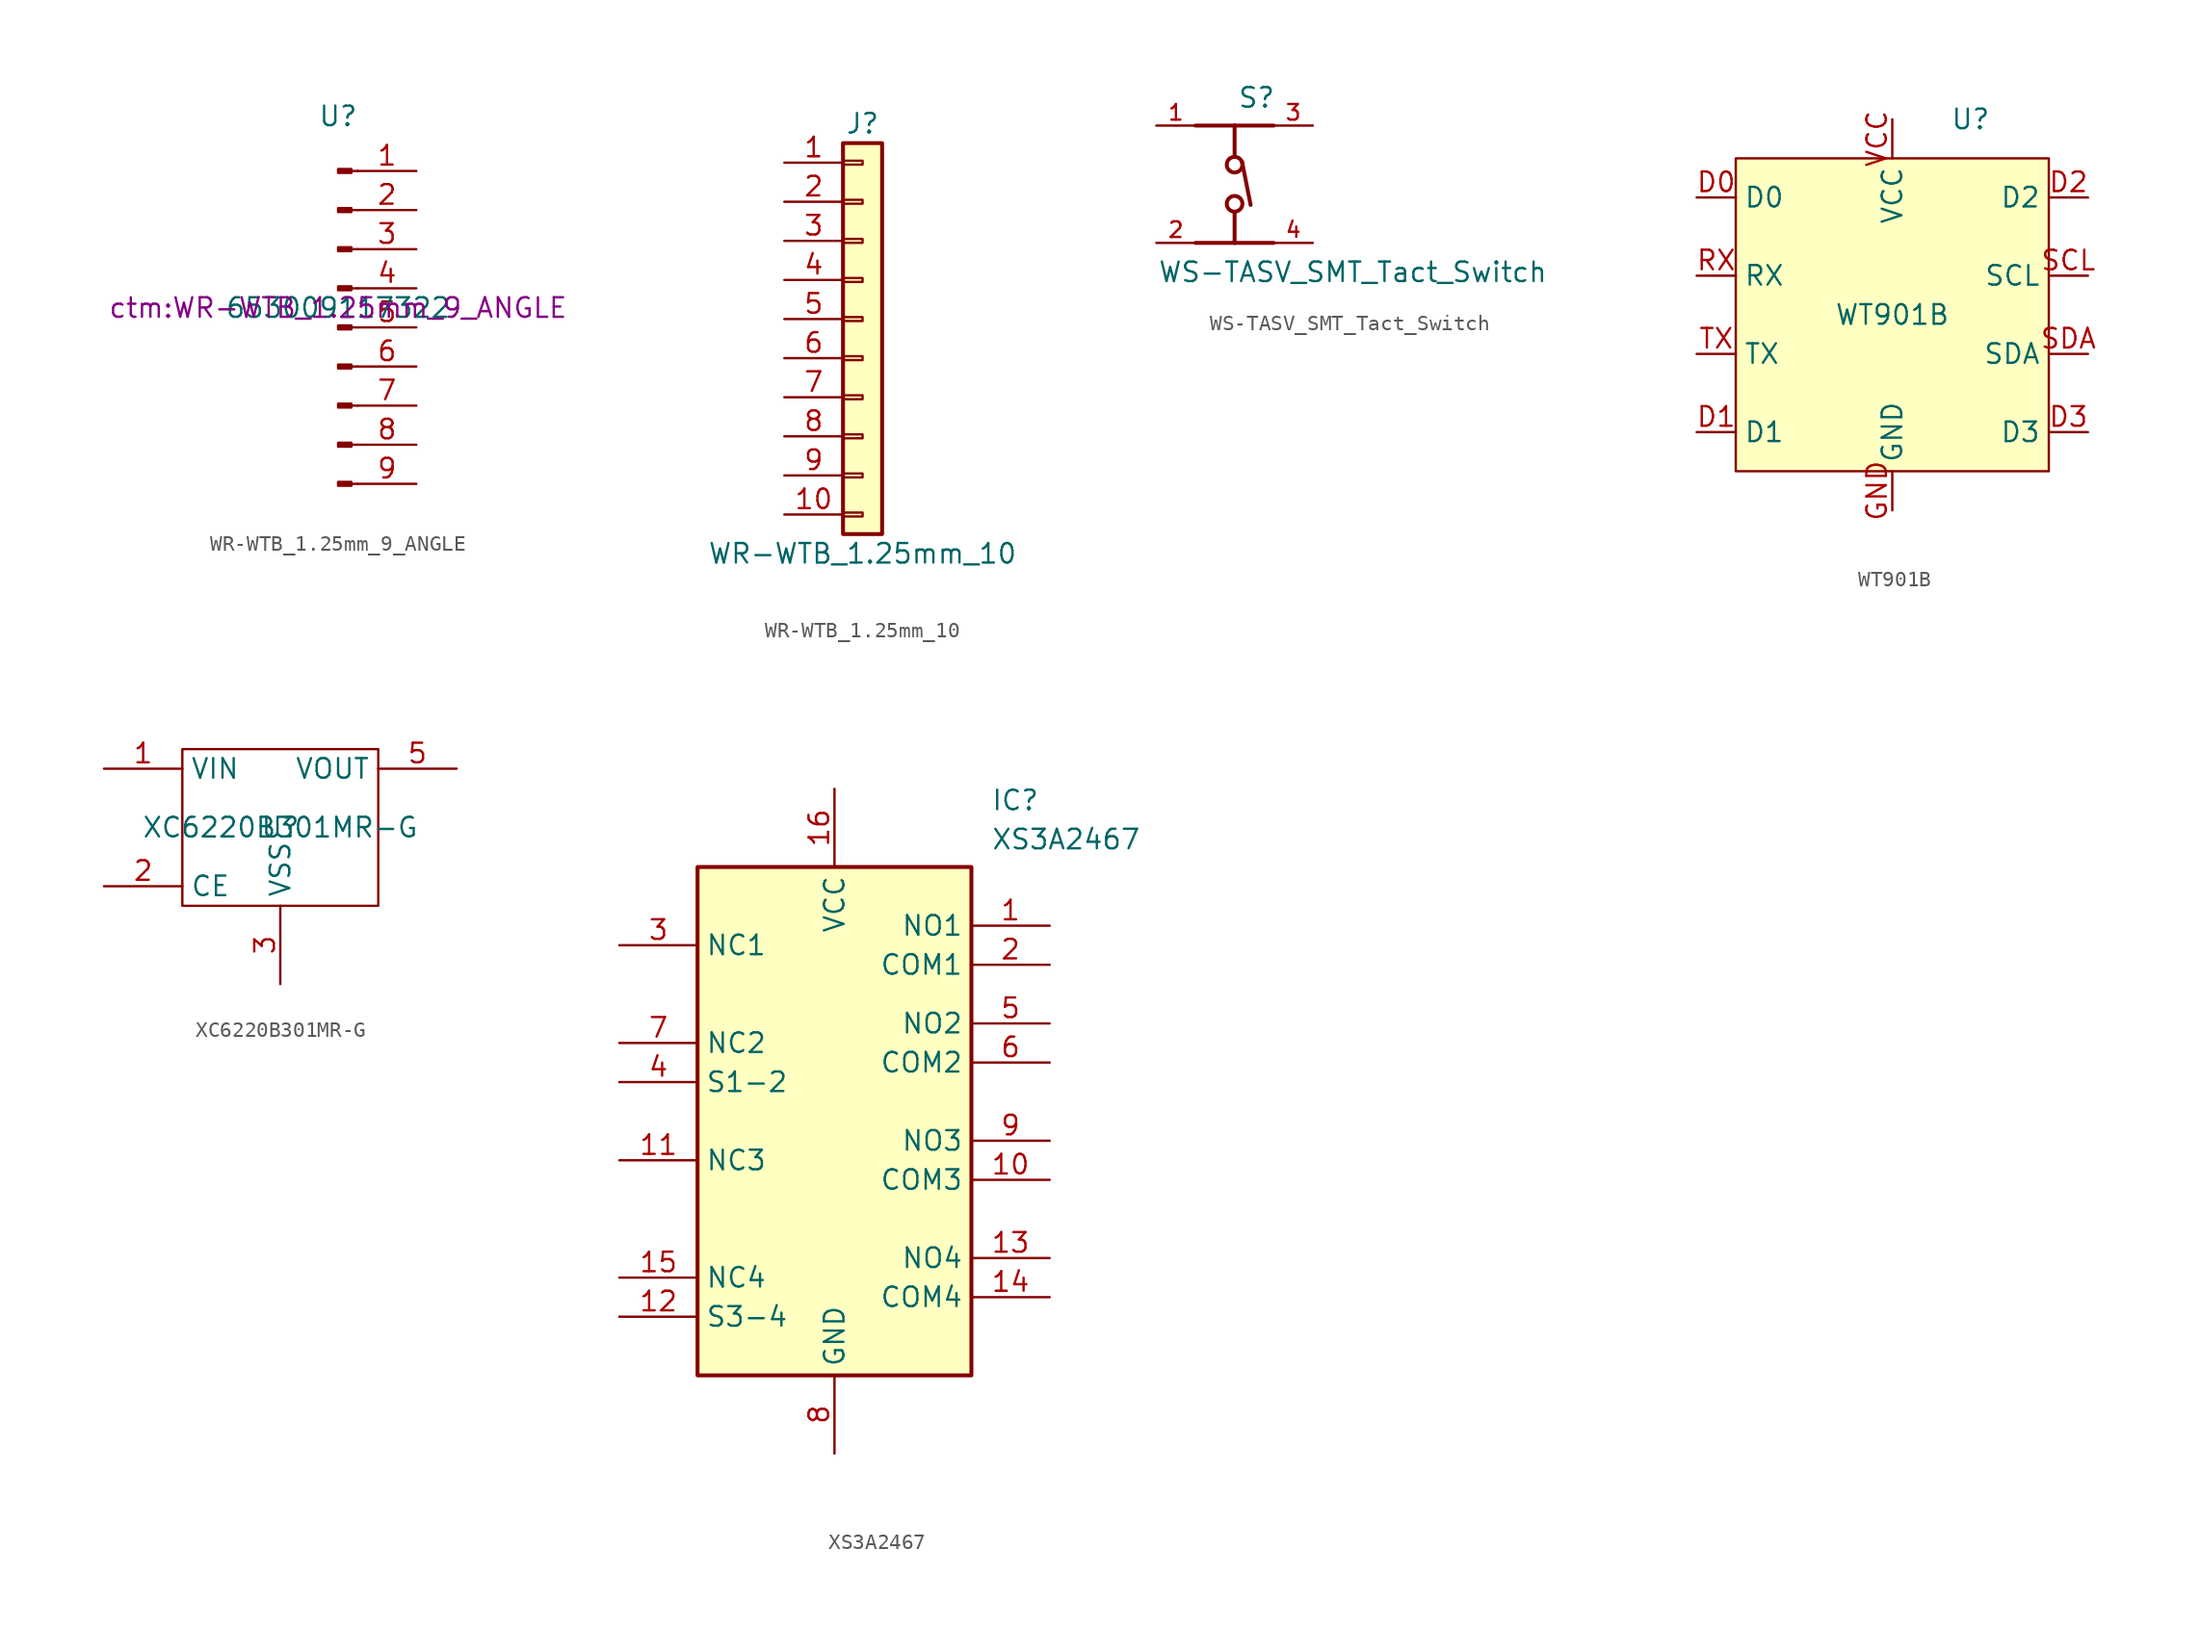
<source format=kicad_sym>
(kicad_symbol_lib
  (version 20231120)
  (generator "kicad_symbol_editor")
  (generator_version "8.0")
  (symbol "WR-WTB_1.25mm_9_ANGLE"
    (property "Reference" "U"
      (at 0 12.446 0)
      (effects (font (size 1.27 1.27))))
    (property "Value" "653009117322"
      (at 0 0 0)
      (effects (font (size 1.27 1.27))))
    (property "Footprint" "ctm:WR-WTB_1.25mm_9_ANGLE"
      (at 0 0 0)
      (effects (font (size 1.27 1.27))))
    (symbol "WR-WTB_1.25mm_9_ANGLE_1_1"
      (polyline (pts (xy 1.27 -11.43) (xy 0.864 -11.43)) (stroke (width 0.152) (type default)) (fill (type none)))
      (polyline (pts (xy 1.27 -8.89) (xy 0.864 -8.89)) (stroke (width 0.152) (type default)) (fill (type none)))
      (polyline (pts (xy 1.27 -6.35) (xy 0.864 -6.35)) (stroke (width 0.152) (type default)) (fill (type none)))
      (polyline (pts (xy 1.27 -3.81) (xy 0.864 -3.81)) (stroke (width 0.152) (type default)) (fill (type none)))
      (polyline (pts (xy 1.27 -1.27) (xy 0.864 -1.27)) (stroke (width 0.152) (type default)) (fill (type none)))
      (polyline (pts (xy 1.27 1.27) (xy 0.864 1.27)) (stroke (width 0.152) (type default)) (fill (type none)))
      (polyline (pts (xy 1.27 3.81) (xy 0.864 3.81)) (stroke (width 0.152) (type default)) (fill (type none)))
      (polyline (pts (xy 1.27 6.35) (xy 0.864 6.35)) (stroke (width 0.152) (type default)) (fill (type none)))
      (polyline (pts (xy 1.27 8.89) (xy 0.864 8.89)) (stroke (width 0.152) (type default)) (fill (type none)))
      (rectangle (start 0.864 -11.303) (end 0 -11.557) (stroke (width 0.152) (type default)) (fill (type outline)))
      (rectangle (start 0.864 -8.763) (end 0 -9.017) (stroke (width 0.152) (type default)) (fill (type outline)))
      (rectangle (start 0.864 -6.223) (end 0 -6.477) (stroke (width 0.152) (type default)) (fill (type outline)))
      (rectangle (start 0.864 -3.683) (end 0 -3.937) (stroke (width 0.152) (type default)) (fill (type outline)))
      (rectangle (start 0.864 -1.143) (end 0 -1.397) (stroke (width 0.152) (type default)) (fill (type outline)))
      (rectangle (start 0.864 1.397) (end 0 1.143) (stroke (width 0.152) (type default)) (fill (type outline)))
      (rectangle (start 0.864 3.937) (end 0 3.683) (stroke (width 0.152) (type default)) (fill (type outline)))
      (rectangle (start 0.864 6.477) (end 0 6.223) (stroke (width 0.152) (type default)) (fill (type outline)))
      (rectangle (start 0.864 9.017) (end 0 8.763) (stroke (width 0.152) (type default)) (fill (type outline)))
      (pin passive line (at 5.08 8.89 180) (length 3.81) (name "" (effects (font (size 1.27 1.27)))) (number "1" (effects (font (size 1.27 1.27)))))
      (pin passive line (at 5.08 6.35 180) (length 3.81) (name "" (effects (font (size 1.27 1.27)))) (number "2" (effects (font (size 1.27 1.27)))))
      (pin passive line (at 5.08 3.81 180) (length 3.81) (name "" (effects (font (size 1.27 1.27)))) (number "3" (effects (font (size 1.27 1.27)))))
      (pin passive line (at 5.08 1.27 180) (length 3.81) (name "" (effects (font (size 1.27 1.27)))) (number "4" (effects (font (size 1.27 1.27)))))
      (pin passive line (at 5.08 -1.27 180) (length 3.81) (name "" (effects (font (size 1.27 1.27)))) (number "5" (effects (font (size 1.27 1.27)))))
      (pin passive line (at 5.08 -3.81 180) (length 3.81) (name "" (effects (font (size 1.27 1.27)))) (number "6" (effects (font (size 1.27 1.27)))))
      (pin passive line (at 5.08 -6.35 180) (length 3.81) (name "" (effects (font (size 1.27 1.27)))) (number "7" (effects (font (size 1.27 1.27)))))
      (pin passive line (at 5.08 -8.89 180) (length 3.81) (name "" (effects (font (size 1.27 1.27)))) (number "8" (effects (font (size 1.27 1.27)))))
      (pin passive line (at 5.08 -11.43 180) (length 3.81) (name "" (effects (font (size 1.27 1.27)))) (number "9" (effects (font (size 1.27 1.27)))))))
  (symbol "WR-WTB_1.25mm_10"
    (pin_names
      (offset 1.016) hide)
    (property "Reference" "J"
      (at 0 12.7 0)
      (effects (font (size 1.27 1.27))))
    (property "Value" "WR-WTB_1.25mm_10"
      (at 0 -15.24 0)
      (effects (font (size 1.27 1.27))))
    (symbol "WR-WTB_1.25mm_10_1_1"
      (rectangle (start -1.27 -12.573) (end 0 -12.827) (stroke (width 0.152) (type default)) (fill (type none)))
      (rectangle (start -1.27 -10.033) (end 0 -10.287) (stroke (width 0.152) (type default)) (fill (type none)))
      (rectangle (start -1.27 -7.493) (end 0 -7.747) (stroke (width 0.152) (type default)) (fill (type none)))
      (rectangle (start -1.27 -4.953) (end 0 -5.207) (stroke (width 0.152) (type default)) (fill (type none)))
      (rectangle (start -1.27 -2.413) (end 0 -2.667) (stroke (width 0.152) (type default)) (fill (type none)))
      (rectangle (start -1.27 0.127) (end 0 -0.127) (stroke (width 0.152) (type default)) (fill (type none)))
      (rectangle (start -1.27 2.667) (end 0 2.413) (stroke (width 0.152) (type default)) (fill (type none)))
      (rectangle (start -1.27 5.207) (end 0 4.953) (stroke (width 0.152) (type default)) (fill (type none)))
      (rectangle (start -1.27 7.747) (end 0 7.493) (stroke (width 0.152) (type default)) (fill (type none)))
      (rectangle (start -1.27 10.287) (end 0 10.033) (stroke (width 0.152) (type default)) (fill (type none)))
      (rectangle (start -1.27 11.43) (end 1.27 -13.97) (stroke (width 0.254) (type default)) (fill (type background)))
      (pin passive line (at -5.08 10.16 0) (length 3.81) (name "Pin_1" (effects (font (size 1.27 1.27)))) (number "1" (effects (font (size 1.27 1.27)))))
      (pin passive line (at -5.08 -12.7 0) (length 3.81) (name "Pin_10" (effects (font (size 1.27 1.27)))) (number "10" (effects (font (size 1.27 1.27)))))
      (pin passive line (at -5.08 7.62 0) (length 3.81) (name "Pin_2" (effects (font (size 1.27 1.27)))) (number "2" (effects (font (size 1.27 1.27)))))
      (pin passive line (at -5.08 5.08 0) (length 3.81) (name "Pin_3" (effects (font (size 1.27 1.27)))) (number "3" (effects (font (size 1.27 1.27)))))
      (pin passive line (at -5.08 2.54 0) (length 3.81) (name "Pin_4" (effects (font (size 1.27 1.27)))) (number "4" (effects (font (size 1.27 1.27)))))
      (pin passive line (at -5.08 0 0) (length 3.81) (name "Pin_5" (effects (font (size 1.27 1.27)))) (number "5" (effects (font (size 1.27 1.27)))))
      (pin passive line (at -5.08 -2.54 0) (length 3.81) (name "Pin_6" (effects (font (size 1.27 1.27)))) (number "6" (effects (font (size 1.27 1.27)))))
      (pin passive line (at -5.08 -5.08 0) (length 3.81) (name "Pin_7" (effects (font (size 1.27 1.27)))) (number "7" (effects (font (size 1.27 1.27)))))
      (pin passive line (at -5.08 -7.62 0) (length 3.81) (name "Pin_8" (effects (font (size 1.27 1.27)))) (number "8" (effects (font (size 1.27 1.27)))))
      (pin passive line (at -5.08 -10.16 0) (length 3.81) (name "Pin_9" (effects (font (size 1.27 1.27)))) (number "9" (effects (font (size 1.27 1.27)))))))
  (symbol "WS-TASV_SMT_Tact_Switch"
    (pin_names
      (offset 1.016) hide)
    (property "Reference" "S"
      (at 0.178 6.147 0)
      (effects (font (size 1.27 1.27)) (justify left bottom)))
    (property "Value" "WS-TASV_SMT_Tact_Switch"
      (at -5.004 -5.182 0)
      (effects (font (size 1.27 1.27)) (justify left bottom)))
    (symbol "WS-TASV_SMT_Tact_Switch_0_0"
      (polyline (pts (xy 0 -2.54) (xy -2.54 -2.54)) (stroke (width 0.254) (type default)) (fill (type none)))
      (polyline (pts (xy 0 -2.54) (xy 0 -0.635)) (stroke (width 0.254) (type default)) (fill (type none)))
      (polyline (pts (xy 0 3.175) (xy 0 5.08)) (stroke (width 0.254) (type default)) (fill (type none)))
      (polyline (pts (xy 0 5.08) (xy -2.54 5.08)) (stroke (width 0.254) (type default)) (fill (type none)))
      (polyline (pts (xy 0.483 2.743) (xy 1.041 -0.076)) (stroke (width 0.254) (type default)) (fill (type none)))
      (polyline (pts (xy 2.54 -2.54) (xy 0 -2.54)) (stroke (width 0.254) (type default)) (fill (type none)))
      (polyline (pts (xy 2.54 5.08) (xy 0 5.08)) (stroke (width 0.254) (type default)) (fill (type none)))
      (circle (center 0 0) (radius 0.508) (stroke (width 0.254) (type default)) (fill (type none)))
      (circle (center 0 2.54) (radius 0.508) (stroke (width 0.254) (type default)) (fill (type none)))
      (pin passive line (at -5.08 5.08 0) (length 2.54) (name "~" (effects (font (size 1.016 1.016)))) (number "1" (effects (font (size 1.016 1.016)))))
      (pin passive line (at -5.08 -2.54 0) (length 2.54) (name "~" (effects (font (size 1.016 1.016)))) (number "2" (effects (font (size 1.016 1.016)))))
      (pin passive line (at 5.08 5.08 180) (length 2.54) (name "~" (effects (font (size 1.016 1.016)))) (number "3" (effects (font (size 1.016 1.016)))))
      (pin passive line (at 5.08 -2.54 180) (length 2.54) (name "~" (effects (font (size 1.016 1.016)))) (number "4" (effects (font (size 1.016 1.016)))))))
  (symbol "WT901B"
    (property "Reference" "U"
      (at 5.08 12.7 0)
      (effects (font (size 1.27 1.27))))
    (property "Value" "WT901B"
      (at 0 0 0)
      (effects (font (size 1.27 1.27))))
    (symbol "WT901B_0_1"
      (rectangle (start -10.16 10.16) (end 10.16 -10.16) (stroke (width 0) (type default)) (fill (type background))))
    (symbol "WT901B_1_1"
      (pin input line (at -12.7 7.62 0) (length 2.54) (name "D0" (effects (font (size 1.27 1.27)))) (number "D0" (effects (font (size 1.27 1.27)))))
      (pin input line (at -12.7 -7.62 0) (length 2.54) (name "D1" (effects (font (size 1.27 1.27)))) (number "D1" (effects (font (size 1.27 1.27)))))
      (pin input line (at 12.7 7.62 180) (length 2.54) (name "D2" (effects (font (size 1.27 1.27)))) (number "D2" (effects (font (size 1.27 1.27)))))
      (pin input line (at 12.7 -7.62 180) (length 2.54) (name "D3" (effects (font (size 1.27 1.27)))) (number "D3" (effects (font (size 1.27 1.27)))))
      (pin power_in line (at 0 -12.7 90) (length 2.54) (name "GND" (effects (font (size 1.27 1.27)))) (number "GND" (effects (font (size 1.27 1.27)))))
      (pin input line (at -12.7 2.54 0) (length 2.54) (name "RX" (effects (font (size 1.27 1.27)))) (number "RX" (effects (font (size 1.27 1.27)))))
      (pin input line (at 12.7 2.54 180) (length 2.54) (name "SCL" (effects (font (size 1.27 1.27)))) (number "SCL" (effects (font (size 1.27 1.27)))))
      (pin input line (at 12.7 -2.54 180) (length 2.54) (name "SDA" (effects (font (size 1.27 1.27)))) (number "SDA" (effects (font (size 1.27 1.27)))))
      (pin input line (at -12.7 -2.54 0) (length 2.54) (name "TX" (effects (font (size 1.27 1.27)))) (number "TX" (effects (font (size 1.27 1.27)))))
      (pin power_in line (at 0 12.7 270) (length 2.54) (name "VCC" (effects (font (size 1.27 1.27)))) (number "VCC" (effects (font (size 1.27 1.27)))))))
  (symbol "XC6220B301MR-G"
    (property "Reference" "U"
      (at 0 0 0)
      (effects (font (size 1.27 1.27))))
    (property "Value" "XC6220B301MR-G"
      (at 0 0 0)
      (effects (font (size 1.27 1.27))))
    (symbol "XC6220B301MR-G_0_0"
      (pin passive line (at -11.43 3.81 0) (length 5.08) (name "VIN" (effects (font (size 1.27 1.27)))) (number "1" (effects (font (size 1.27 1.27)))))
      (pin passive line (at -11.43 -3.81 0) (length 5.08) (name "CE" (effects (font (size 1.27 1.27)))) (number "2" (effects (font (size 1.27 1.27)))))
      (pin passive line (at 0 -10.16 90) (length 5.08) (name "VSS" (effects (font (size 1.27 1.27)))) (number "3" (effects (font (size 1.27 1.27)))))
      (pin passive line (at 11.43 3.81 180) (length 5.08) (name "VOUT" (effects (font (size 1.27 1.27)))) (number "5" (effects (font (size 1.27 1.27))))))
    (symbol "XC6220B301MR-G_0_1"
      (rectangle (start -6.35 5.08) (end 6.35 -5.08) (stroke (width 0) (type default)) (fill (type none)))))
  (symbol "XS3A2467"
    (property "Reference" "IC"
      (at 24.13 17.78 0)
      (effects (font (size 1.27 1.27)) (justify left top)))
    (property "Value" "XS3A2467"
      (at 24.13 15.24 0)
      (effects (font (size 1.27 1.27)) (justify left top)))
    (symbol "XS3A2467_1_1"
      (rectangle (start 5.08 12.7) (end 22.86 -20.32) (stroke (width 0.254) (type default)) (fill (type background)))
      (pin passive line (at 27.94 8.89 180) (length 5.08) (name "NO1" (effects (font (size 1.27 1.27)))) (number "1" (effects (font (size 1.27 1.27)))))
      (pin passive line (at 27.94 -7.62 180) (length 5.08) (name "COM3" (effects (font (size 1.27 1.27)))) (number "10" (effects (font (size 1.27 1.27)))))
      (pin passive line (at 0 -6.35 0) (length 5.08) (name "NC3" (effects (font (size 1.27 1.27)))) (number "11" (effects (font (size 1.27 1.27)))))
      (pin passive line (at 0 -16.51 0) (length 5.08) (name "S3-4" (effects (font (size 1.27 1.27)))) (number "12" (effects (font (size 1.27 1.27)))))
      (pin passive line (at 27.94 -12.7 180) (length 5.08) (name "NO4" (effects (font (size 1.27 1.27)))) (number "13" (effects (font (size 1.27 1.27)))))
      (pin passive line (at 27.94 -15.24 180) (length 5.08) (name "COM4" (effects (font (size 1.27 1.27)))) (number "14" (effects (font (size 1.27 1.27)))))
      (pin passive line (at 0 -13.97 0) (length 5.08) (name "NC4" (effects (font (size 1.27 1.27)))) (number "15" (effects (font (size 1.27 1.27)))))
      (pin power_in line (at 13.97 17.78 270) (length 5.08) (name "VCC" (effects (font (size 1.27 1.27)))) (number "16" (effects (font (size 1.27 1.27)))))
      (pin passive line (at 27.94 6.35 180) (length 5.08) (name "COM1" (effects (font (size 1.27 1.27)))) (number "2" (effects (font (size 1.27 1.27)))))
      (pin passive line (at 0 7.62 0) (length 5.08) (name "NC1" (effects (font (size 1.27 1.27)))) (number "3" (effects (font (size 1.27 1.27)))))
      (pin passive line (at 0 -1.27 0) (length 5.08) (name "S1-2" (effects (font (size 1.27 1.27)))) (number "4" (effects (font (size 1.27 1.27)))))
      (pin passive line (at 27.94 2.54 180) (length 5.08) (name "NO2" (effects (font (size 1.27 1.27)))) (number "5" (effects (font (size 1.27 1.27)))))
      (pin passive line (at 27.94 0 180) (length 5.08) (name "COM2" (effects (font (size 1.27 1.27)))) (number "6" (effects (font (size 1.27 1.27)))))
      (pin passive line (at 0 1.27 0) (length 5.08) (name "NC2" (effects (font (size 1.27 1.27)))) (number "7" (effects (font (size 1.27 1.27)))))
      (pin power_in line (at 13.97 -25.4 90) (length 5.08) (name "GND" (effects (font (size 1.27 1.27)))) (number "8" (effects (font (size 1.27 1.27)))))
      (pin passive line (at 27.94 -5.08 180) (length 5.08) (name "NO3" (effects (font (size 1.27 1.27)))) (number "9" (effects (font (size 1.27 1.27))))))))
</source>
